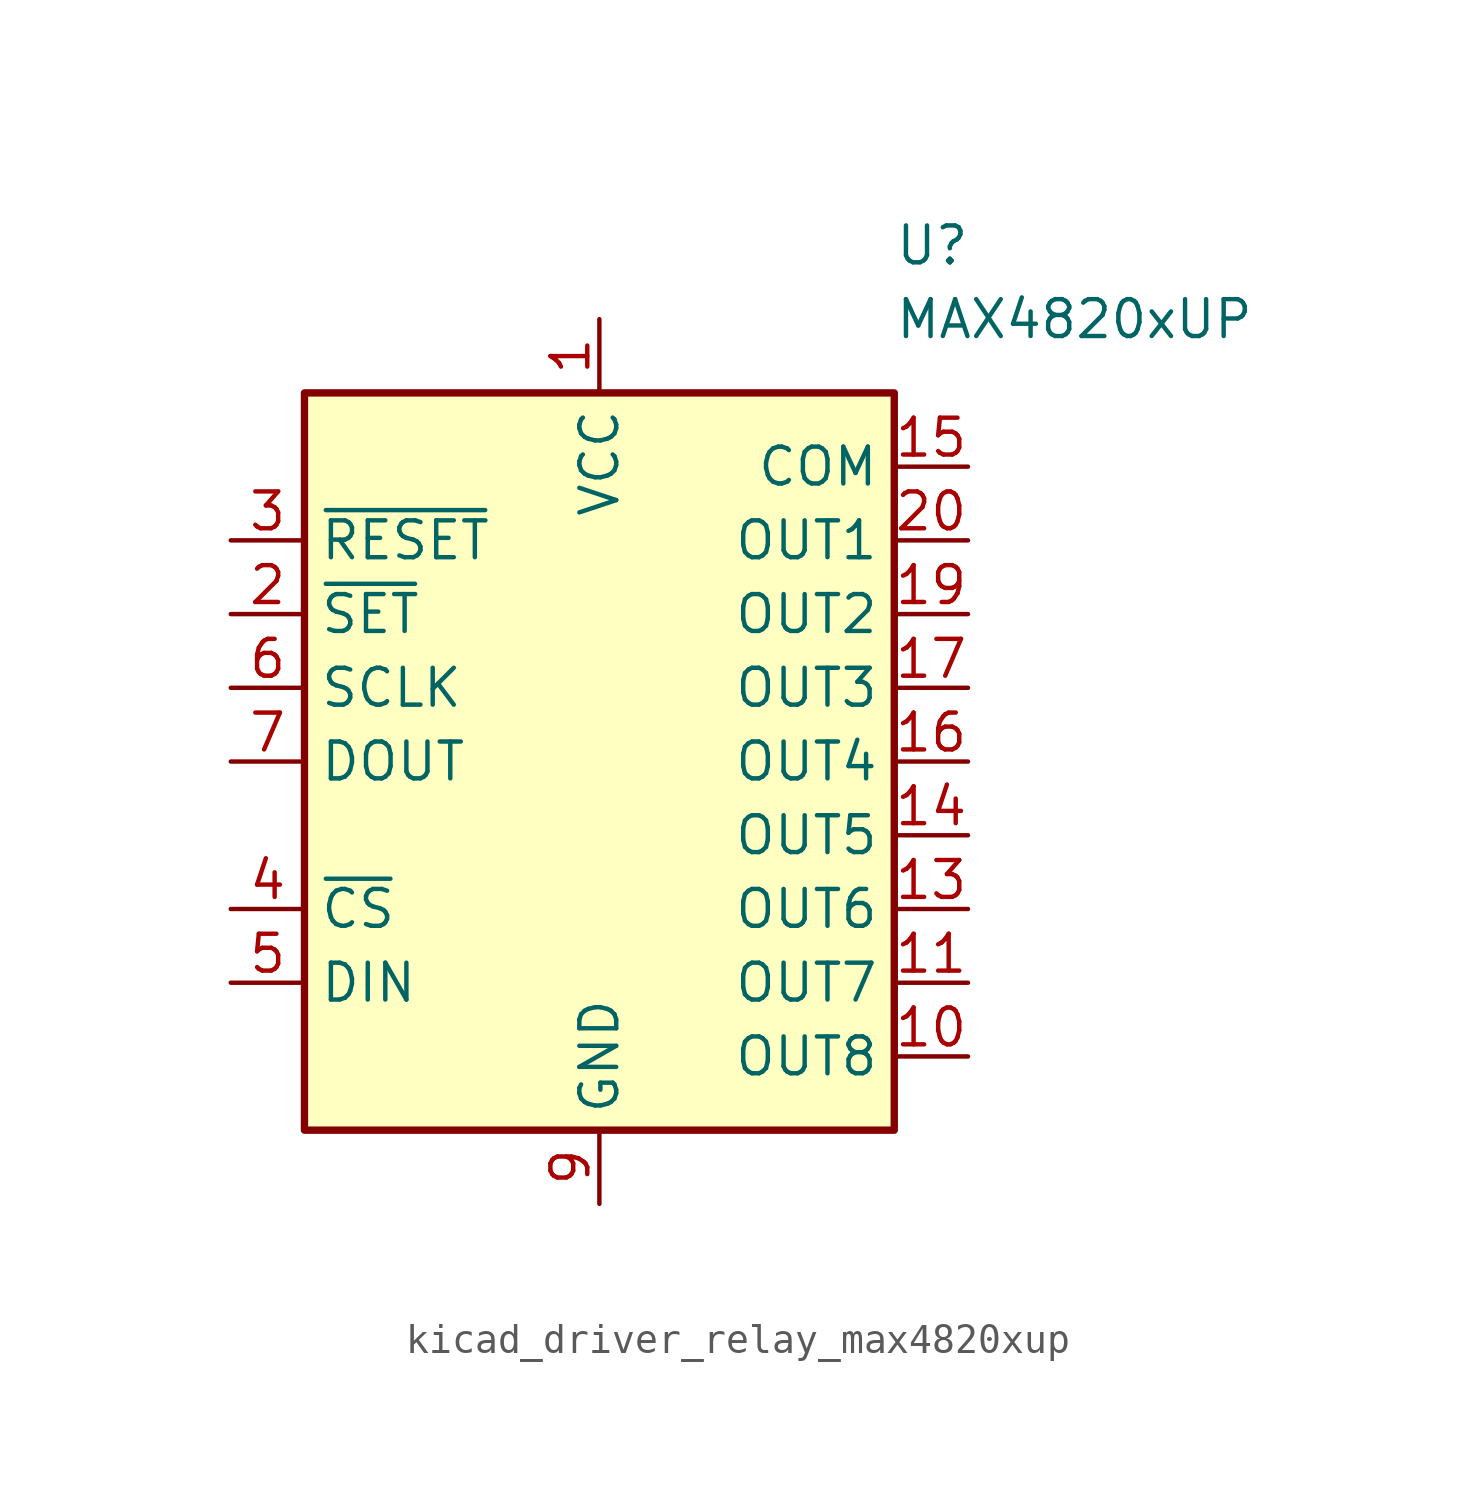
<source format=kicad_sym>
(kicad_symbol_lib
  (version 20220914)
  (generator kicad_symbol_editor)
  (symbol "kicad_driver_relay_max4820xup"
    (property "Reference" "U"
      (at 10.16 17.78 0)
      (effects (font (size 1.27 1.27)) (justify left)))
    (property "Value" "MAX4820xUP"
      (at 10.16 15.24 0)
      (effects (font (size 1.27 1.27)) (justify left)))
    (symbol "kicad_driver_relay_max4820xup_0_0"
      (pin open_collector line (at 12.7 2.54 180) (length 2.54) (name "OUT3" (effects (font (size 1.27 1.27)))) (number "17" (effects (font (size 1.27 1.27)))))
      (pin passive line (at 0 -15.24 90) (length 2.54) hide (name "GND" (effects (font (size 1.27 1.27)))) (number "18" (effects (font (size 1.27 1.27)))))
      (pin open_collector line (at 12.7 5.08 180) (length 2.54) (name "OUT2" (effects (font (size 1.27 1.27)))) (number "19" (effects (font (size 1.27 1.27)))))
      (pin open_collector line (at 12.7 7.62 180) (length 2.54) (name "OUT1" (effects (font (size 1.27 1.27)))) (number "20" (effects (font (size 1.27 1.27)))))
      (pin passive line (at 0 -15.24 90) (length 2.54) hide (name "GND" (effects (font (size 1.27 1.27)))) (number "21" (effects (font (size 1.27 1.27)))))
      (pin power_in line (at 0 -15.24 90) (length 2.54) (name "GND" (effects (font (size 1.27 1.27)))) (number "9" (effects (font (size 1.27 1.27))))))
    (symbol "kicad_driver_relay_max4820xup_0_1"
      (rectangle (start -10.16 12.7) (end 10.16 -12.7) (stroke (width 0.254) (type default)) (fill (type background))))
    (symbol "kicad_driver_relay_max4820xup_1_1"
      (pin power_in line (at 0 15.24 270) (length 2.54) (name "VCC" (effects (font (size 1.27 1.27)))) (number "1" (effects (font (size 1.27 1.27)))))
      (pin open_collector line (at 12.7 -10.16 180) (length 2.54) (name "OUT8" (effects (font (size 1.27 1.27)))) (number "10" (effects (font (size 1.27 1.27)))))
      (pin open_collector line (at 12.7 -7.62 180) (length 2.54) (name "OUT7" (effects (font (size 1.27 1.27)))) (number "11" (effects (font (size 1.27 1.27)))))
      (pin passive line (at 0 -15.24 90) (length 2.54) hide (name "GND" (effects (font (size 1.27 1.27)))) (number "12" (effects (font (size 1.27 1.27)))))
      (pin open_collector line (at 12.7 -5.08 180) (length 2.54) (name "OUT6" (effects (font (size 1.27 1.27)))) (number "13" (effects (font (size 1.27 1.27)))))
      (pin open_collector line (at 12.7 -2.54 180) (length 2.54) (name "OUT5" (effects (font (size 1.27 1.27)))) (number "14" (effects (font (size 1.27 1.27)))))
      (pin passive line (at 12.7 10.16 180) (length 2.54) (name "COM" (effects (font (size 1.27 1.27)))) (number "15" (effects (font (size 1.27 1.27)))))
      (pin open_collector line (at 12.7 0 180) (length 2.54) (name "OUT4" (effects (font (size 1.27 1.27)))) (number "16" (effects (font (size 1.27 1.27)))))
      (pin input line (at -12.7 5.08 0) (length 2.54) (name "~{SET}" (effects (font (size 1.27 1.27)))) (number "2" (effects (font (size 1.27 1.27)))))
      (pin input line (at -12.7 7.62 0) (length 2.54) (name "~{RESET}" (effects (font (size 1.27 1.27)))) (number "3" (effects (font (size 1.27 1.27)))))
      (pin input line (at -12.7 -5.08 0) (length 2.54) (name "~{CS}" (effects (font (size 1.27 1.27)))) (number "4" (effects (font (size 1.27 1.27)))))
      (pin input line (at -12.7 -7.62 0) (length 2.54) (name "DIN" (effects (font (size 1.27 1.27)))) (number "5" (effects (font (size 1.27 1.27)))))
      (pin input line (at -12.7 2.54 0) (length 2.54) (name "SCLK" (effects (font (size 1.27 1.27)))) (number "6" (effects (font (size 1.27 1.27)))))
      (pin output line (at -12.7 0 0) (length 2.54) (name "DOUT" (effects (font (size 1.27 1.27)))) (number "7" (effects (font (size 1.27 1.27)))))
      (pin no_connect line (at -10.16 -2.54 0) (length 2.54) hide (name "NC" (effects (font (size 1.27 1.27)))) (number "8" (effects (font (size 1.27 1.27))))))))
</source>
